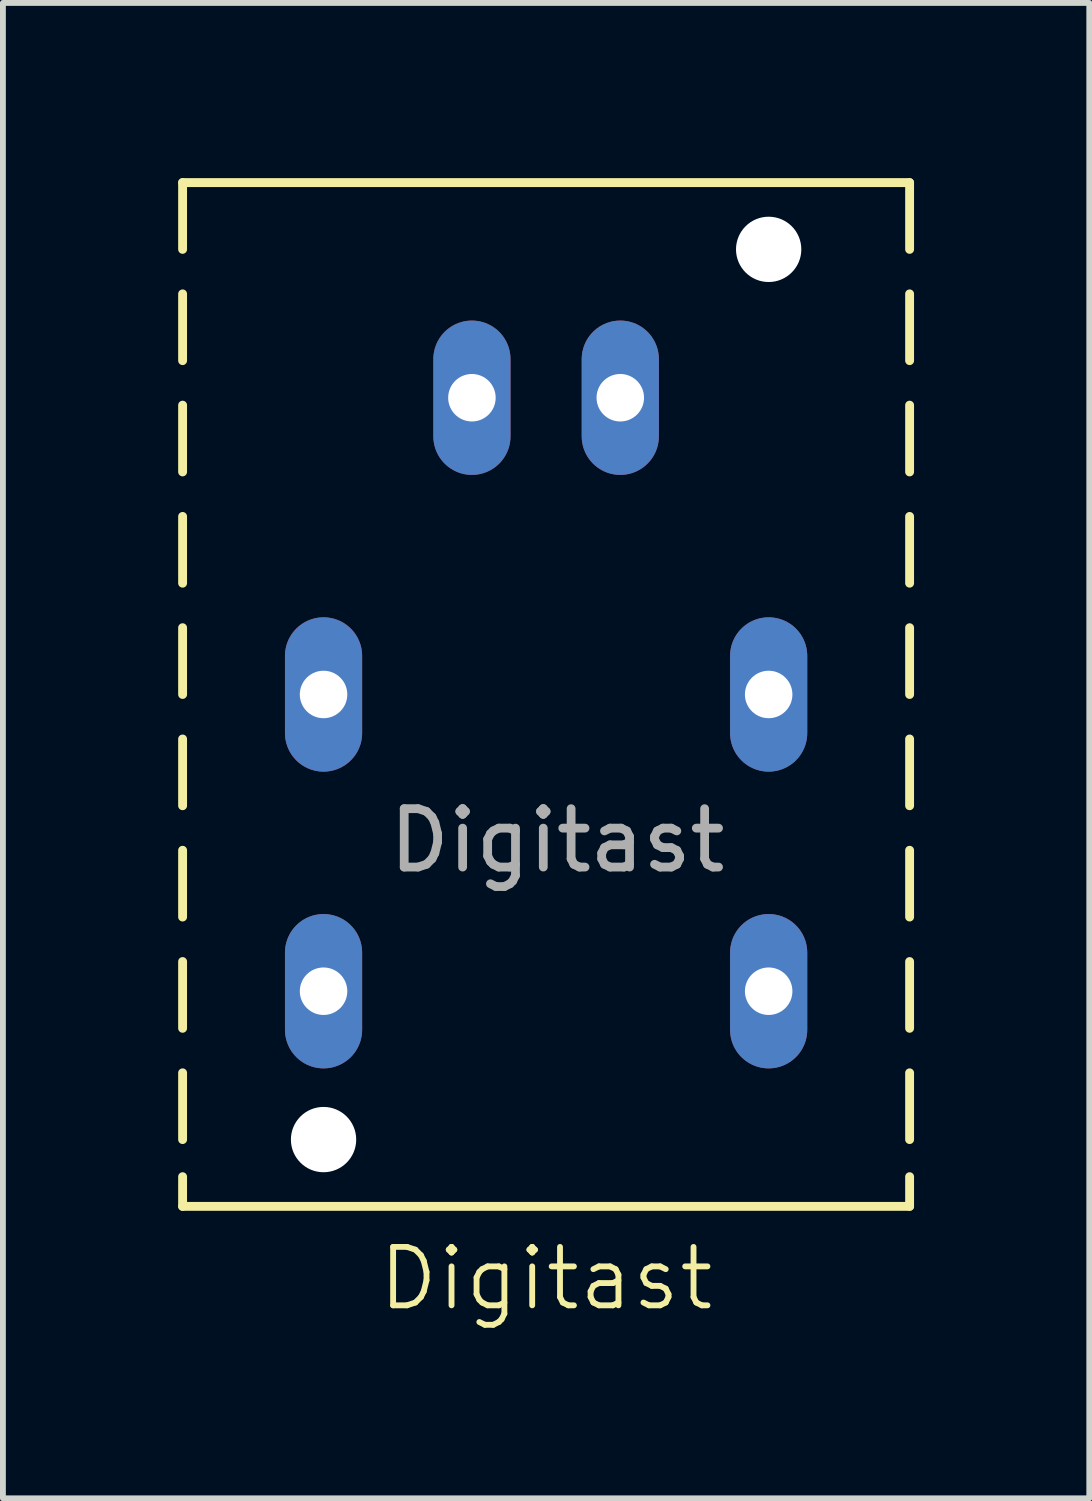
<source format=kicad_pcb>
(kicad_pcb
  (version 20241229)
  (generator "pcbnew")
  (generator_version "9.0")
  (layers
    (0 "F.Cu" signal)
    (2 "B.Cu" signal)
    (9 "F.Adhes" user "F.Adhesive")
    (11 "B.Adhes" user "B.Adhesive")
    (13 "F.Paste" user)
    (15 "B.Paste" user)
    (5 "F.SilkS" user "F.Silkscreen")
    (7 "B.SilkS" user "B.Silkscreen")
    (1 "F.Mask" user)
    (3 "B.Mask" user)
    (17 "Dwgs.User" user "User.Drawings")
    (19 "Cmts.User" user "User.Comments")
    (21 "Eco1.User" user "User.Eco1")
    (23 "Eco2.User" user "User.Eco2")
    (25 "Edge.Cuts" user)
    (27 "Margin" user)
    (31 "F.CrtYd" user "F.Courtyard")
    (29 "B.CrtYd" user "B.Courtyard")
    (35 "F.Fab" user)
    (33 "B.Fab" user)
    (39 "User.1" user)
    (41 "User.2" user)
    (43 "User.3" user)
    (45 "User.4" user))
  (footprint "Digitast"
    (layer "F.Cu")
    (at 6.299 8.839)
    (property "Reference" "Digitast" (at 0 10 0) (unlocked yes) (layer "F.SilkS") (effects (font (size 1 1) (thickness 0.1))))
    (attr through_hole)
    (fp_line (start -6.223 -8.763) (end -6.223 -7.62) (stroke (width 0.152) (type solid)) (layer "F.SilkS"))
    (fp_line (start -6.223 -6.858) (end -6.223 -5.715) (stroke (width 0.152) (type solid)) (layer "F.SilkS"))
    (fp_line (start -6.223 -4.953) (end -6.223 -3.81) (stroke (width 0.152) (type solid)) (layer "F.SilkS"))
    (fp_line (start -6.223 -3.048) (end -6.223 -1.905) (stroke (width 0.152) (type solid)) (layer "F.SilkS"))
    (fp_line (start -6.223 -1.143) (end -6.223 0) (stroke (width 0.152) (type solid)) (layer "F.SilkS"))
    (fp_line (start -6.223 0.762) (end -6.223 1.905) (stroke (width 0.152) (type solid)) (layer "F.SilkS"))
    (fp_line (start -6.223 2.667) (end -6.223 3.81) (stroke (width 0.152) (type solid)) (layer "F.SilkS"))
    (fp_line (start -6.223 4.572) (end -6.223 5.715) (stroke (width 0.152) (type solid)) (layer "F.SilkS"))
    (fp_line (start -6.223 6.477) (end -6.223 7.62) (stroke (width 0.152) (type solid)) (layer "F.SilkS"))
    (fp_line (start -6.223 8.255) (end -6.223 8.763) (stroke (width 0.152) (type solid)) (layer "F.SilkS"))
    (fp_line (start -6.223 8.763) (end 6.223 8.763) (stroke (width 0.152) (type solid)) (layer "F.SilkS"))
    (fp_line (start 6.223 -8.763) (end -6.223 -8.763) (stroke (width 0.152) (type solid)) (layer "F.SilkS"))
    (fp_line (start 6.223 -8.763) (end 6.223 -7.62) (stroke (width 0.152) (type solid)) (layer "F.SilkS"))
    (fp_line (start 6.223 -6.858) (end 6.223 -5.715) (stroke (width 0.152) (type solid)) (layer "F.SilkS"))
    (fp_line (start 6.223 -4.953) (end 6.223 -3.81) (stroke (width 0.152) (type solid)) (layer "F.SilkS"))
    (fp_line (start 6.223 -3.048) (end 6.223 -1.905) (stroke (width 0.152) (type solid)) (layer "F.SilkS"))
    (fp_line (start 6.223 -1.143) (end 6.223 0) (stroke (width 0.152) (type solid)) (layer "F.SilkS"))
    (fp_line (start 6.223 0.762) (end 6.223 1.905) (stroke (width 0.152) (type solid)) (layer "F.SilkS"))
    (fp_line (start 6.223 2.667) (end 6.223 3.81) (stroke (width 0.152) (type solid)) (layer "F.SilkS"))
    (fp_line (start 6.223 4.572) (end 6.223 5.715) (stroke (width 0.152) (type solid)) (layer "F.SilkS"))
    (fp_line (start 6.223 6.477) (end 6.223 7.62) (stroke (width 0.152) (type solid)) (layer "F.SilkS"))
    (fp_line (start 6.223 8.255) (end 6.223 8.763) (stroke (width 0.152) (type solid)) (layer "F.SilkS"))
    (fp_text user "${REFERENCE}" (at 0.19 2.5 0) (unlocked yes) (layer "F.Fab") (effects (font (size 1 1) (thickness 0.15))))
    (pad "" np_thru_hole circle (at -3.81 7.62) (size 1.118 1.118) (drill 1.118) (layers "*.Cu" "*.Mask"))
    (pad "" np_thru_hole circle (at 3.81 -7.62) (size 1.118 1.118) (drill 1.118) (layers "*.Cu" "*.Mask"))
    (pad "+" thru_hole oval (at -1.27 -5.08 90) (size 2.642 1.321) (drill 0.813) (layers "*.Cu" "*.Mask"))
    (pad "-" thru_hole oval (at 1.27 -5.08 90) (size 2.642 1.321) (drill 0.813) (layers "*.Cu" "*.Mask"))
    (pad "0" thru_hole oval (at -3.81 0 90) (size 2.642 1.321) (drill 0.813) (layers "*.Cu" "*.Mask"))
    (pad "0" thru_hole oval (at 3.81 0 90) (size 2.642 1.321) (drill 0.813) (layers "*.Cu" "*.Mask"))
    (pad "1" thru_hole oval (at -3.81 5.08 90) (size 2.642 1.321) (drill 0.813) (layers "*.Cu" "*.Mask"))
    (pad "2" thru_hole oval (at 3.81 5.08 90) (size 2.642 1.321) (drill 0.813) (layers "*.Cu" "*.Mask")))
  (gr_rect
    (start -3 -3)
    (end 15.598 22.6)
    (stroke (width 0.1) (type default))
    (fill no)
    (layer "Edge.Cuts")))
</source>
